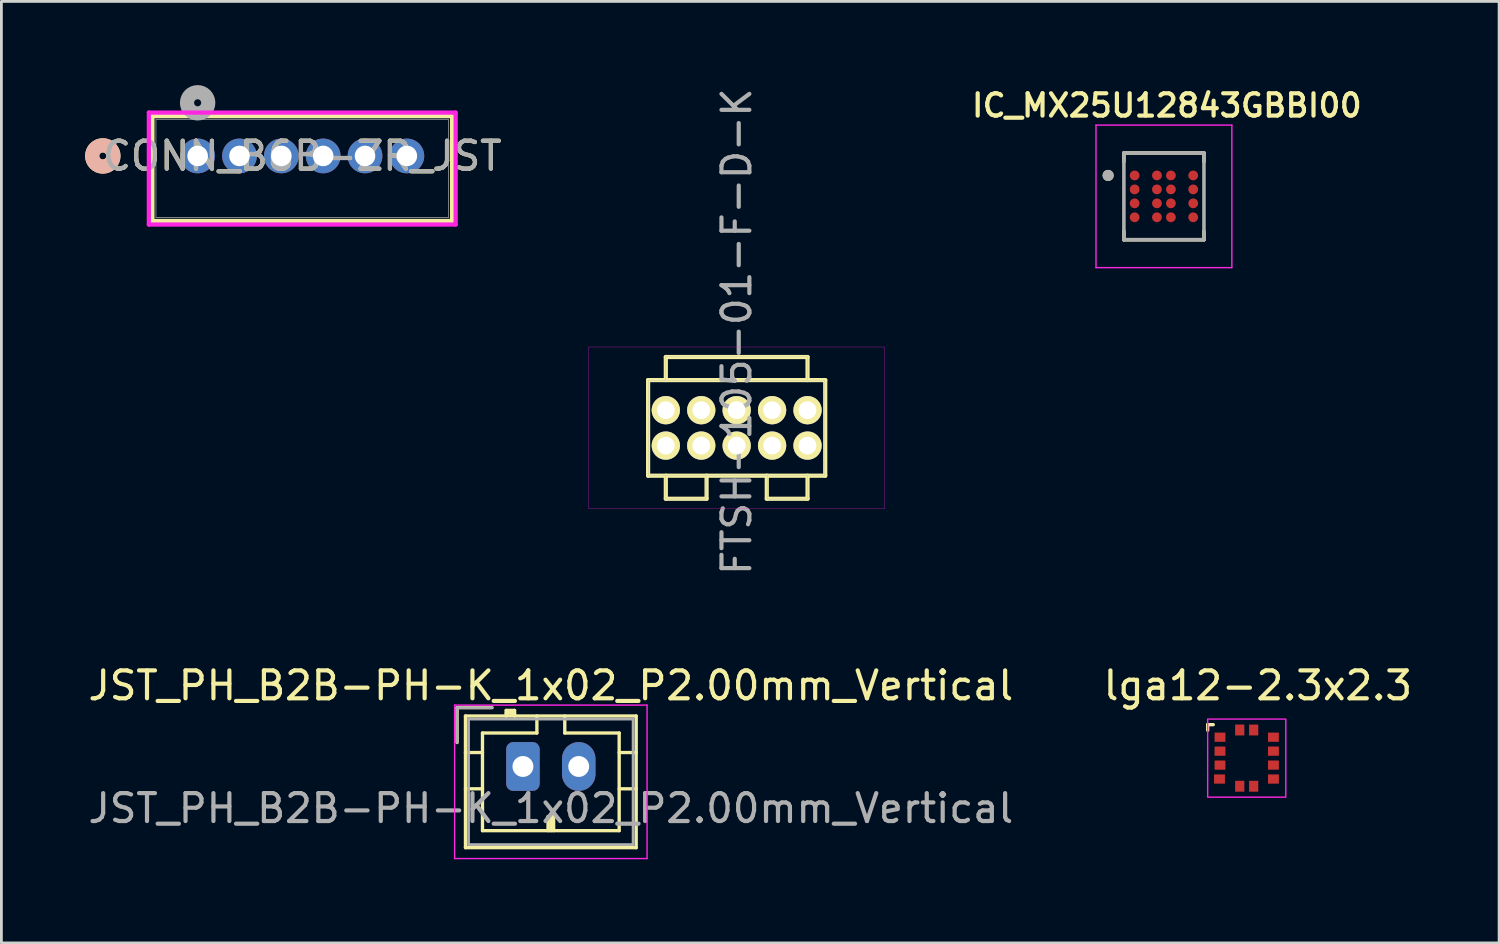
<source format=kicad_pcb>
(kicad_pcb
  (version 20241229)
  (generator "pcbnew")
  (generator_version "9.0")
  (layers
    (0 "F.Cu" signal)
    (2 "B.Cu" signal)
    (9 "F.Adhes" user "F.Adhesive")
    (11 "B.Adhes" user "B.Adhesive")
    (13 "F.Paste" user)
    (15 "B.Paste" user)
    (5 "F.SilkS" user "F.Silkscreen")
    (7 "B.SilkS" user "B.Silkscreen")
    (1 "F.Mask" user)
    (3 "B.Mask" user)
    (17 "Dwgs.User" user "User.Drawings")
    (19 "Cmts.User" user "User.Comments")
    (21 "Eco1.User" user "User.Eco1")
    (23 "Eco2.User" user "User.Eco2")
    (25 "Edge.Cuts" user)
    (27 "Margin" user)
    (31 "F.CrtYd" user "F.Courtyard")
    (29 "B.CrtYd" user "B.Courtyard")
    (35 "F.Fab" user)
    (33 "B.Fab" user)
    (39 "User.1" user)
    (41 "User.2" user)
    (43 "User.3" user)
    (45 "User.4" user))
  (footprint "CONN_B6B-ZR_JST"
    (layer "F.Cu")
    (at 4.035 2.54)
    (property "Reference" "CONN_B6B-ZR_JST" (at 3.75 0 0) (unlocked yes) (layer "F.SilkS") (effects (font (size 1 1) (thickness 0.15))))
    (attr through_hole)
    (fp_line (start -1.622 -1.427) (end -1.622 2.332) (stroke (width 0.152) (type solid)) (layer "F.SilkS"))
    (fp_line (start -1.622 2.332) (end 9.122 2.332) (stroke (width 0.152) (type solid)) (layer "F.SilkS"))
    (fp_line (start 9.122 -1.427) (end -1.622 -1.427) (stroke (width 0.152) (type solid)) (layer "F.SilkS"))
    (fp_line (start 9.122 2.332) (end 9.122 -1.427) (stroke (width 0.152) (type solid)) (layer "F.SilkS"))
    (fp_circle (center -3.4 0) (end -3.019 0) (stroke (width 0.508) (type solid)) (fill no) (layer "F.SilkS"))
    (fp_circle (center -3.4 0) (end -3.019 0) (stroke (width 0.508) (type solid)) (fill no) (layer "B.SilkS"))
    (fp_line (start -1.749 -1.554) (end -1.749 2.459) (stroke (width 0.152) (type solid)) (layer "F.CrtYd"))
    (fp_line (start -1.749 2.459) (end 9.249 2.459) (stroke (width 0.152) (type solid)) (layer "F.CrtYd"))
    (fp_line (start 9.249 -1.554) (end -1.749 -1.554) (stroke (width 0.152) (type solid)) (layer "F.CrtYd"))
    (fp_line (start 9.249 2.459) (end 9.249 -1.554) (stroke (width 0.152) (type solid)) (layer "F.CrtYd"))
    (fp_line (start -1.495 -1.3) (end -1.495 2.205) (stroke (width 0.025) (type solid)) (layer "F.Fab"))
    (fp_line (start -1.495 2.205) (end 8.995 2.205) (stroke (width 0.025) (type solid)) (layer "F.Fab"))
    (fp_line (start 8.995 -1.3) (end -1.495 -1.3) (stroke (width 0.025) (type solid)) (layer "F.Fab"))
    (fp_line (start 8.995 2.205) (end 8.995 -1.3) (stroke (width 0.025) (type solid)) (layer "F.Fab"))
    (fp_circle (center 0 -1.905) (end 0.381 -1.905) (stroke (width 0.508) (type solid)) (fill no) (layer "F.Fab"))
    (fp_text user "${REFERENCE}" (at 3.75 0 0) (unlocked yes) (layer "F.Fab") (effects (font (size 1 1) (thickness 0.15))))
    (pad "1" thru_hole circle (at 0 0) (size 1.245 1.245) (drill 0.737) (layers "*.Cu" "*.Mask"))
    (pad "2" thru_hole circle (at 1.5 0) (size 1.245 1.245) (drill 0.737) (layers "*.Cu" "*.Mask"))
    (pad "3" thru_hole circle (at 3 0) (size 1.245 1.245) (drill 0.737) (layers "*.Cu" "*.Mask"))
    (pad "4" thru_hole circle (at 4.5 0) (size 1.245 1.245) (drill 0.737) (layers "*.Cu" "*.Mask"))
    (pad "5" thru_hole circle (at 6 0) (size 1.245 1.245) (drill 0.737) (layers "*.Cu" "*.Mask"))
    (pad "6" thru_hole circle (at 7.5 0) (size 1.245 1.245) (drill 0.737) (layers "*.Cu" "*.Mask")))
  (footprint "FTSH-105-01-F-D-K"
    (layer "F.Cu")
    (at 23.358 12.289)
    (property "Reference" "FTSH-105-01-F-D-K" (at 0 -3.45 90) (layer "F.Fab") (effects (font (size 1 1) (thickness 0.15))))
    (attr through_hole)
    (fp_line (start -3.175 -1.714) (end 0 -1.714) (stroke (width 0.15) (type solid)) (layer "F.SilkS"))
    (fp_line (start -3.175 1.714) (end -3.175 -1.714) (stroke (width 0.15) (type solid)) (layer "F.SilkS"))
    (fp_line (start -2.54 -2.54) (end 2.54 -2.54) (stroke (width 0.15) (type solid)) (layer "F.SilkS"))
    (fp_line (start -2.54 -1.714) (end -2.54 -2.54) (stroke (width 0.15) (type solid)) (layer "F.SilkS"))
    (fp_line (start -2.54 1.714) (end -2.54 2.54) (stroke (width 0.15) (type solid)) (layer "F.SilkS"))
    (fp_line (start -2.54 2.54) (end -1.079 2.54) (stroke (width 0.15) (type solid)) (layer "F.SilkS"))
    (fp_line (start -1.079 2.54) (end -1.079 1.714) (stroke (width 0.15) (type solid)) (layer "F.SilkS"))
    (fp_line (start 0 -1.714) (end 3.175 -1.714) (stroke (width 0.15) (type solid)) (layer "F.SilkS"))
    (fp_line (start 1.079 2.54) (end 1.079 1.714) (stroke (width 0.15) (type solid)) (layer "F.SilkS"))
    (fp_line (start 2.54 -2.54) (end 2.54 -1.714) (stroke (width 0.15) (type solid)) (layer "F.SilkS"))
    (fp_line (start 2.54 1.714) (end 2.54 2.54) (stroke (width 0.15) (type solid)) (layer "F.SilkS"))
    (fp_line (start 2.54 2.54) (end 1.079 2.54) (stroke (width 0.15) (type solid)) (layer "F.SilkS"))
    (fp_line (start 3.175 -1.714) (end 3.175 1.714) (stroke (width 0.15) (type solid)) (layer "F.SilkS"))
    (fp_line (start 3.175 1.714) (end -3.175 1.714) (stroke (width 0.15) (type solid)) (layer "F.SilkS"))
    (fp_line (start -5.3 -2.9) (end 5.3 -2.9) (stroke (width 0.01) (type solid)) (layer "F.CrtYd"))
    (fp_line (start -5.3 2.9) (end -5.3 -2.9) (stroke (width 0.01) (type solid)) (layer "F.CrtYd"))
    (fp_line (start 5.3 -2.9) (end 5.3 2.9) (stroke (width 0.01) (type solid)) (layer "F.CrtYd"))
    (fp_line (start 5.3 2.9) (end -5.3 2.9) (stroke (width 0.01) (type solid)) (layer "F.CrtYd"))
    (fp_line (start -3.15 -1.7) (end 3.15 -1.7) (stroke (width 0.01) (type solid)) (layer "F.Fab"))
    (fp_line (start -3.15 1.7) (end -3.15 -1.7) (stroke (width 0.01) (type solid)) (layer "F.Fab"))
    (fp_line (start -2.55 -2.55) (end 2.5 -2.55) (stroke (width 0.01) (type solid)) (layer "F.Fab"))
    (fp_line (start -2.55 -1.7) (end -2.55 -2.55) (stroke (width 0.01) (type solid)) (layer "F.Fab"))
    (fp_line (start -2.55 1.7) (end -2.55 2.55) (stroke (width 0.01) (type solid)) (layer "F.Fab"))
    (fp_line (start -2.55 2.55) (end -1.1 2.55) (stroke (width 0.01) (type solid)) (layer "F.Fab"))
    (fp_line (start -1.1 2.55) (end -1.1 1.7) (stroke (width 0.01) (type solid)) (layer "F.Fab"))
    (fp_line (start 1.1 1.7) (end 1.1 2.55) (stroke (width 0.01) (type solid)) (layer "F.Fab"))
    (fp_line (start 1.1 2.55) (end 2.55 2.55) (stroke (width 0.01) (type solid)) (layer "F.Fab"))
    (fp_line (start 2.5 -2.55) (end 2.55 -2.55) (stroke (width 0.01) (type solid)) (layer "F.Fab"))
    (fp_line (start 2.55 -2.55) (end 2.55 -1.7) (stroke (width 0.01) (type solid)) (layer "F.Fab"))
    (fp_line (start 2.55 2.55) (end 2.55 1.7) (stroke (width 0.01) (type solid)) (layer "F.Fab"))
    (fp_line (start 3.15 -1.7) (end 3.15 1.7) (stroke (width 0.01) (type solid)) (layer "F.Fab"))
    (fp_line (start 3.15 1.7) (end -3.15 1.7) (stroke (width 0.01) (type solid)) (layer "F.Fab"))
    (pad "1" thru_hole circle (at -2.54 0.635) (size 1.016 1.016) (drill 0.635) (layers "*.Cu" "*.Mask" "F.SilkS"))
    (pad "2" thru_hole circle (at -2.54 -0.635) (size 1.016 1.016) (drill 0.635) (layers "*.Cu" "*.Mask" "F.SilkS"))
    (pad "3" thru_hole circle (at -1.27 0.635) (size 1.016 1.016) (drill 0.635) (layers "*.Cu" "*.Mask" "F.SilkS"))
    (pad "4" thru_hole circle (at -1.27 -0.635) (size 1.016 1.016) (drill 0.635) (layers "*.Cu" "*.Mask" "F.SilkS"))
    (pad "5" thru_hole circle (at 0 0.635) (size 1.016 1.016) (drill 0.635) (layers "*.Cu" "*.Mask" "F.SilkS"))
    (pad "6" thru_hole circle (at 0 -0.635) (size 1.016 1.016) (drill 0.635) (layers "*.Cu" "*.Mask" "F.SilkS"))
    (pad "7" thru_hole circle (at 1.27 0.635) (size 1.016 1.016) (drill 0.635) (layers "*.Cu" "*.Mask" "F.SilkS"))
    (pad "8" thru_hole circle (at 1.27 -0.635) (size 1.016 1.016) (drill 0.635) (layers "*.Cu" "*.Mask" "F.SilkS"))
    (pad "9" thru_hole circle (at 2.54 0.635) (size 1.016 1.016) (drill 0.635) (layers "*.Cu" "*.Mask" "F.SilkS"))
    (pad "10" thru_hole circle (at 2.54 -0.635) (size 1.016 1.016) (drill 0.635) (layers "*.Cu" "*.Mask" "F.SilkS")))
  (footprint "lga12-2.3x2.3"
    (layer "F.Cu")
    (at 41.642 24.127)
    (property "Reference" "lga12-2.3x2.3" (at 0.4 -2.6 0) (unlocked yes) (layer "F.SilkS") (effects (font (size 1 1) (thickness 0.15))))
    (attr smd)
    (fp_line (start -1.4 -1.2) (end -1.4 -1) (stroke (width 0.12) (type solid)) (layer "F.SilkS"))
    (fp_line (start -1.2 -1.2) (end -1.4 -1.2) (stroke (width 0.12) (type solid)) (layer "F.SilkS"))
    (fp_rect (start -1.4 -1.4) (end 1.4 1.4) (stroke (width 0.05) (type solid)) (fill no) (layer "F.CrtYd"))
    (pad "1" smd rect (at -0.958 -0.75) (size 0.39 0.33) (layers "F.Cu" "F.Mask" "F.Paste"))
    (pad "2" smd rect (at -0.958 -0.25) (size 0.39 0.33) (layers "F.Cu" "F.Mask" "F.Paste"))
    (pad "3" smd rect (at -0.958 0.25) (size 0.39 0.33) (layers "F.Cu" "F.Mask" "F.Paste"))
    (pad "4" smd rect (at -0.976 0.75) (size 0.39 0.33) (layers "F.Cu" "F.Mask" "F.Paste"))
    (pad "5" smd rect (at -0.25 1.008 90) (size 0.39 0.33) (layers "F.Cu" "F.Mask" "F.Paste"))
    (pad "6" smd rect (at 0.25 1.008 90) (size 0.39 0.33) (layers "F.Cu" "F.Mask" "F.Paste"))
    (pad "7" smd rect (at 0.958 0.75) (size 0.39 0.33) (layers "F.Cu" "F.Mask" "F.Paste"))
    (pad "8" smd rect (at 0.958 0.25) (size 0.39 0.33) (layers "F.Cu" "F.Mask" "F.Paste"))
    (pad "9" smd rect (at 0.958 -0.25) (size 0.39 0.33) (layers "F.Cu" "F.Mask" "F.Paste"))
    (pad "10" smd rect (at 0.958 -0.75) (size 0.39 0.33) (layers "F.Cu" "F.Mask" "F.Paste"))
    (pad "11" smd rect (at 0.25 -1.008 90) (size 0.39 0.33) (layers "F.Cu" "F.Mask" "F.Paste"))
    (pad "12" smd rect (at -0.25 -1.008 90) (size 0.39 0.33) (layers "F.Cu" "F.Mask" "F.Paste")))
  (footprint "JST_PH_B2B-PH-K_1x02_P2.00mm_Vertical"
    (layer "F.Cu")
    (at 15.696 24.427)
    (property "Reference" "JST_PH_B2B-PH-K_1x02_P2.00mm_Vertical" (at 1 -2.9 0) (layer "F.SilkS") (effects (font (size 1 1) (thickness 0.15))))
    (attr through_hole)
    (fp_line (start -2.36 -2.11) (end -2.36 -0.86) (stroke (width 0.12) (type solid)) (layer "F.SilkS"))
    (fp_line (start -2.06 -1.81) (end -2.06 2.91) (stroke (width 0.12) (type solid)) (layer "F.SilkS"))
    (fp_line (start -2.06 -0.5) (end -1.45 -0.5) (stroke (width 0.12) (type solid)) (layer "F.SilkS"))
    (fp_line (start -2.06 0.8) (end -1.45 0.8) (stroke (width 0.12) (type solid)) (layer "F.SilkS"))
    (fp_line (start -2.06 2.91) (end 4.06 2.91) (stroke (width 0.12) (type solid)) (layer "F.SilkS"))
    (fp_line (start -1.45 -1.2) (end -1.45 2.3) (stroke (width 0.12) (type solid)) (layer "F.SilkS"))
    (fp_line (start -1.45 2.3) (end 3.45 2.3) (stroke (width 0.12) (type solid)) (layer "F.SilkS"))
    (fp_line (start -1.11 -2.11) (end -2.36 -2.11) (stroke (width 0.12) (type solid)) (layer "F.SilkS"))
    (fp_line (start -0.6 -2.01) (end -0.6 -1.81) (stroke (width 0.12) (type solid)) (layer "F.SilkS"))
    (fp_line (start -0.3 -2.01) (end -0.6 -2.01) (stroke (width 0.12) (type solid)) (layer "F.SilkS"))
    (fp_line (start -0.3 -1.91) (end -0.6 -1.91) (stroke (width 0.12) (type solid)) (layer "F.SilkS"))
    (fp_line (start -0.3 -1.81) (end -0.3 -2.01) (stroke (width 0.12) (type solid)) (layer "F.SilkS"))
    (fp_line (start 0.5 -1.81) (end 0.5 -1.2) (stroke (width 0.12) (type solid)) (layer "F.SilkS"))
    (fp_line (start 0.5 -1.2) (end -1.45 -1.2) (stroke (width 0.12) (type solid)) (layer "F.SilkS"))
    (fp_line (start 0.9 1.8) (end 1.1 1.8) (stroke (width 0.12) (type solid)) (layer "F.SilkS"))
    (fp_line (start 0.9 2.3) (end 0.9 1.8) (stroke (width 0.12) (type solid)) (layer "F.SilkS"))
    (fp_line (start 1 2.3) (end 1 1.8) (stroke (width 0.12) (type solid)) (layer "F.SilkS"))
    (fp_line (start 1.1 1.8) (end 1.1 2.3) (stroke (width 0.12) (type solid)) (layer "F.SilkS"))
    (fp_line (start 1.5 -1.2) (end 1.5 -1.81) (stroke (width 0.12) (type solid)) (layer "F.SilkS"))
    (fp_line (start 3.45 -1.2) (end 1.5 -1.2) (stroke (width 0.12) (type solid)) (layer "F.SilkS"))
    (fp_line (start 3.45 2.3) (end 3.45 -1.2) (stroke (width 0.12) (type solid)) (layer "F.SilkS"))
    (fp_line (start 4.06 -1.81) (end -2.06 -1.81) (stroke (width 0.12) (type solid)) (layer "F.SilkS"))
    (fp_line (start 4.06 -0.5) (end 3.45 -0.5) (stroke (width 0.12) (type solid)) (layer "F.SilkS"))
    (fp_line (start 4.06 0.8) (end 3.45 0.8) (stroke (width 0.12) (type solid)) (layer "F.SilkS"))
    (fp_line (start 4.06 2.91) (end 4.06 -1.81) (stroke (width 0.12) (type solid)) (layer "F.SilkS"))
    (fp_line (start -2.45 -2.2) (end -2.45 3.3) (stroke (width 0.05) (type solid)) (layer "F.CrtYd"))
    (fp_line (start -2.45 3.3) (end 4.45 3.3) (stroke (width 0.05) (type solid)) (layer "F.CrtYd"))
    (fp_line (start 4.45 -2.2) (end -2.45 -2.2) (stroke (width 0.05) (type solid)) (layer "F.CrtYd"))
    (fp_line (start 4.45 3.3) (end 4.45 -2.2) (stroke (width 0.05) (type solid)) (layer "F.CrtYd"))
    (fp_line (start -2.36 -2.11) (end -2.36 -0.86) (stroke (width 0.1) (type solid)) (layer "F.Fab"))
    (fp_line (start -1.95 -1.7) (end -1.95 2.8) (stroke (width 0.1) (type solid)) (layer "F.Fab"))
    (fp_line (start -1.95 2.8) (end 3.95 2.8) (stroke (width 0.1) (type solid)) (layer "F.Fab"))
    (fp_line (start -1.11 -2.11) (end -2.36 -2.11) (stroke (width 0.1) (type solid)) (layer "F.Fab"))
    (fp_line (start 3.95 -1.7) (end -1.95 -1.7) (stroke (width 0.1) (type solid)) (layer "F.Fab"))
    (fp_line (start 3.95 2.8) (end 3.95 -1.7) (stroke (width 0.1) (type solid)) (layer "F.Fab"))
    (fp_text user "${REFERENCE}" (at 1 1.5 0) (layer "F.Fab") (effects (font (size 1 1) (thickness 0.15))))
    (pad "1" thru_hole roundrect (at 0 0) (size 1.2 1.75) (drill 0.75) (layers "*.Cu" "*.Mask") (roundrect_rratio 0.208))
    (pad "2" thru_hole oval (at 2 0) (size 1.2 1.75) (drill 0.75) (layers "*.Cu" "*.Mask")))
  (footprint "IC_MX25U12843GBBI00"
    (layer "F.Cu")
    (at 38.674 3.989)
    (property "Reference" "IC_MX25U12843GBBI00" (at 0.105 -3.258 0) (layer "F.SilkS") (effects (font (size 0.8 0.8) (thickness 0.15))))
    (attr smd)
    (fp_circle (center -1.05 -0.75) (end -0.938 -0.75) (stroke (width 0.225) (type solid)) (fill no) (layer "F.Mask"))
    (fp_circle (center -1.05 -0.25) (end -0.938 -0.25) (stroke (width 0.225) (type solid)) (fill no) (layer "F.Mask"))
    (fp_circle (center -1.05 0.25) (end -0.938 0.25) (stroke (width 0.225) (type solid)) (fill no) (layer "F.Mask"))
    (fp_circle (center -1.05 0.75) (end -0.938 0.75) (stroke (width 0.225) (type solid)) (fill no) (layer "F.Mask"))
    (fp_circle (center -0.25 -0.75) (end -0.138 -0.75) (stroke (width 0.225) (type solid)) (fill no) (layer "F.Mask"))
    (fp_circle (center -0.25 -0.25) (end -0.138 -0.25) (stroke (width 0.225) (type solid)) (fill no) (layer "F.Mask"))
    (fp_circle (center -0.25 0.25) (end -0.138 0.25) (stroke (width 0.225) (type solid)) (fill no) (layer "F.Mask"))
    (fp_circle (center -0.25 0.75) (end -0.138 0.75) (stroke (width 0.225) (type solid)) (fill no) (layer "F.Mask"))
    (fp_circle (center 0.25 -0.75) (end 0.362 -0.75) (stroke (width 0.225) (type solid)) (fill no) (layer "F.Mask"))
    (fp_circle (center 0.25 -0.25) (end 0.362 -0.25) (stroke (width 0.225) (type solid)) (fill no) (layer "F.Mask"))
    (fp_circle (center 0.25 0.25) (end 0.362 0.25) (stroke (width 0.225) (type solid)) (fill no) (layer "F.Mask"))
    (fp_circle (center 0.25 0.75) (end 0.362 0.75) (stroke (width 0.225) (type solid)) (fill no) (layer "F.Mask"))
    (fp_circle (center 1.05 -0.75) (end 1.163 -0.75) (stroke (width 0.225) (type solid)) (fill no) (layer "F.Mask"))
    (fp_circle (center 1.05 -0.25) (end 1.163 -0.25) (stroke (width 0.225) (type solid)) (fill no) (layer "F.Mask"))
    (fp_circle (center 1.05 0.25) (end 1.163 0.25) (stroke (width 0.225) (type solid)) (fill no) (layer "F.Mask"))
    (fp_circle (center 1.05 0.75) (end 1.163 0.75) (stroke (width 0.225) (type solid)) (fill no) (layer "F.Mask"))
    (fp_line (start -1.435 -1.555) (end 1.435 -1.555) (stroke (width 0.127) (type solid)) (layer "F.SilkS"))
    (fp_line (start -1.435 -1.25) (end -1.435 -1.555) (stroke (width 0.127) (type solid)) (layer "F.SilkS"))
    (fp_line (start -1.435 1.555) (end -1.435 1.25) (stroke (width 0.127) (type solid)) (layer "F.SilkS"))
    (fp_line (start 1.435 -1.555) (end 1.435 -1.25) (stroke (width 0.127) (type solid)) (layer "F.SilkS"))
    (fp_line (start 1.435 1.25) (end 1.435 1.555) (stroke (width 0.127) (type solid)) (layer "F.SilkS"))
    (fp_line (start 1.435 1.555) (end -1.435 1.555) (stroke (width 0.127) (type solid)) (layer "F.SilkS"))
    (fp_circle (center -2 -0.75) (end -1.9 -0.75) (stroke (width 0.2) (type solid)) (fill no) (layer "F.SilkS"))
    (fp_line (start -2.435 -2.555) (end 2.435 -2.555) (stroke (width 0.05) (type solid)) (layer "F.CrtYd"))
    (fp_line (start -2.435 2.555) (end -2.435 -2.555) (stroke (width 0.05) (type solid)) (layer "F.CrtYd"))
    (fp_line (start 2.435 -2.555) (end 2.435 2.555) (stroke (width 0.05) (type solid)) (layer "F.CrtYd"))
    (fp_line (start 2.435 2.555) (end -2.435 2.555) (stroke (width 0.05) (type solid)) (layer "F.CrtYd"))
    (fp_line (start -1.435 -1.555) (end 1.435 -1.555) (stroke (width 0.127) (type solid)) (layer "F.Fab"))
    (fp_line (start -1.435 1.555) (end -1.435 -1.555) (stroke (width 0.127) (type solid)) (layer "F.Fab"))
    (fp_line (start 1.435 -1.555) (end 1.435 1.555) (stroke (width 0.127) (type solid)) (layer "F.Fab"))
    (fp_line (start 1.435 1.555) (end -1.435 1.555) (stroke (width 0.127) (type solid)) (layer "F.Fab"))
    (fp_circle (center -2 -0.75) (end -1.9 -0.75) (stroke (width 0.2) (type solid)) (fill no) (layer "F.Fab"))
    (pad "A1" smd circle (at -1.05 -0.75) (size 0.35 0.35) (layers "F.Cu" "F.Paste"))
    (pad "A2" smd circle (at -0.25 -0.75) (size 0.35 0.35) (layers "F.Cu" "F.Paste"))
    (pad "A3" smd circle (at 0.25 -0.75) (size 0.35 0.35) (layers "F.Cu" "F.Paste"))
    (pad "A4" smd circle (at 1.05 -0.75) (size 0.35 0.35) (layers "F.Cu" "F.Paste"))
    (pad "B1" smd circle (at -1.05 -0.25) (size 0.35 0.35) (layers "F.Cu" "F.Paste"))
    (pad "B2" smd circle (at -0.25 -0.25) (size 0.35 0.35) (layers "F.Cu" "F.Paste"))
    (pad "B3" smd circle (at 0.25 -0.25) (size 0.35 0.35) (layers "F.Cu" "F.Paste"))
    (pad "B4" smd circle (at 1.05 -0.25) (size 0.35 0.35) (layers "F.Cu" "F.Paste"))
    (pad "C1" smd circle (at -1.05 0.25) (size 0.35 0.35) (layers "F.Cu" "F.Paste"))
    (pad "C2" smd circle (at -0.25 0.25) (size 0.35 0.35) (layers "F.Cu" "F.Paste"))
    (pad "C3" smd circle (at 0.25 0.25) (size 0.35 0.35) (layers "F.Cu" "F.Paste"))
    (pad "C4" smd circle (at 1.05 0.25) (size 0.35 0.35) (layers "F.Cu" "F.Paste"))
    (pad "D1" smd circle (at -1.05 0.75) (size 0.35 0.35) (layers "F.Cu" "F.Paste"))
    (pad "D2" smd circle (at -0.25 0.75) (size 0.35 0.35) (layers "F.Cu" "F.Paste"))
    (pad "D3" smd circle (at 0.25 0.75) (size 0.35 0.35) (layers "F.Cu" "F.Paste"))
    (pad "D4" smd circle (at 1.05 0.75) (size 0.35 0.35) (layers "F.Cu" "F.Paste")))
  (gr_rect
    (start -3 -3)
    (end 50.69 30.752)
    (stroke (width 0.1) (type default))
    (fill no)
    (layer "Edge.Cuts")))
</source>
